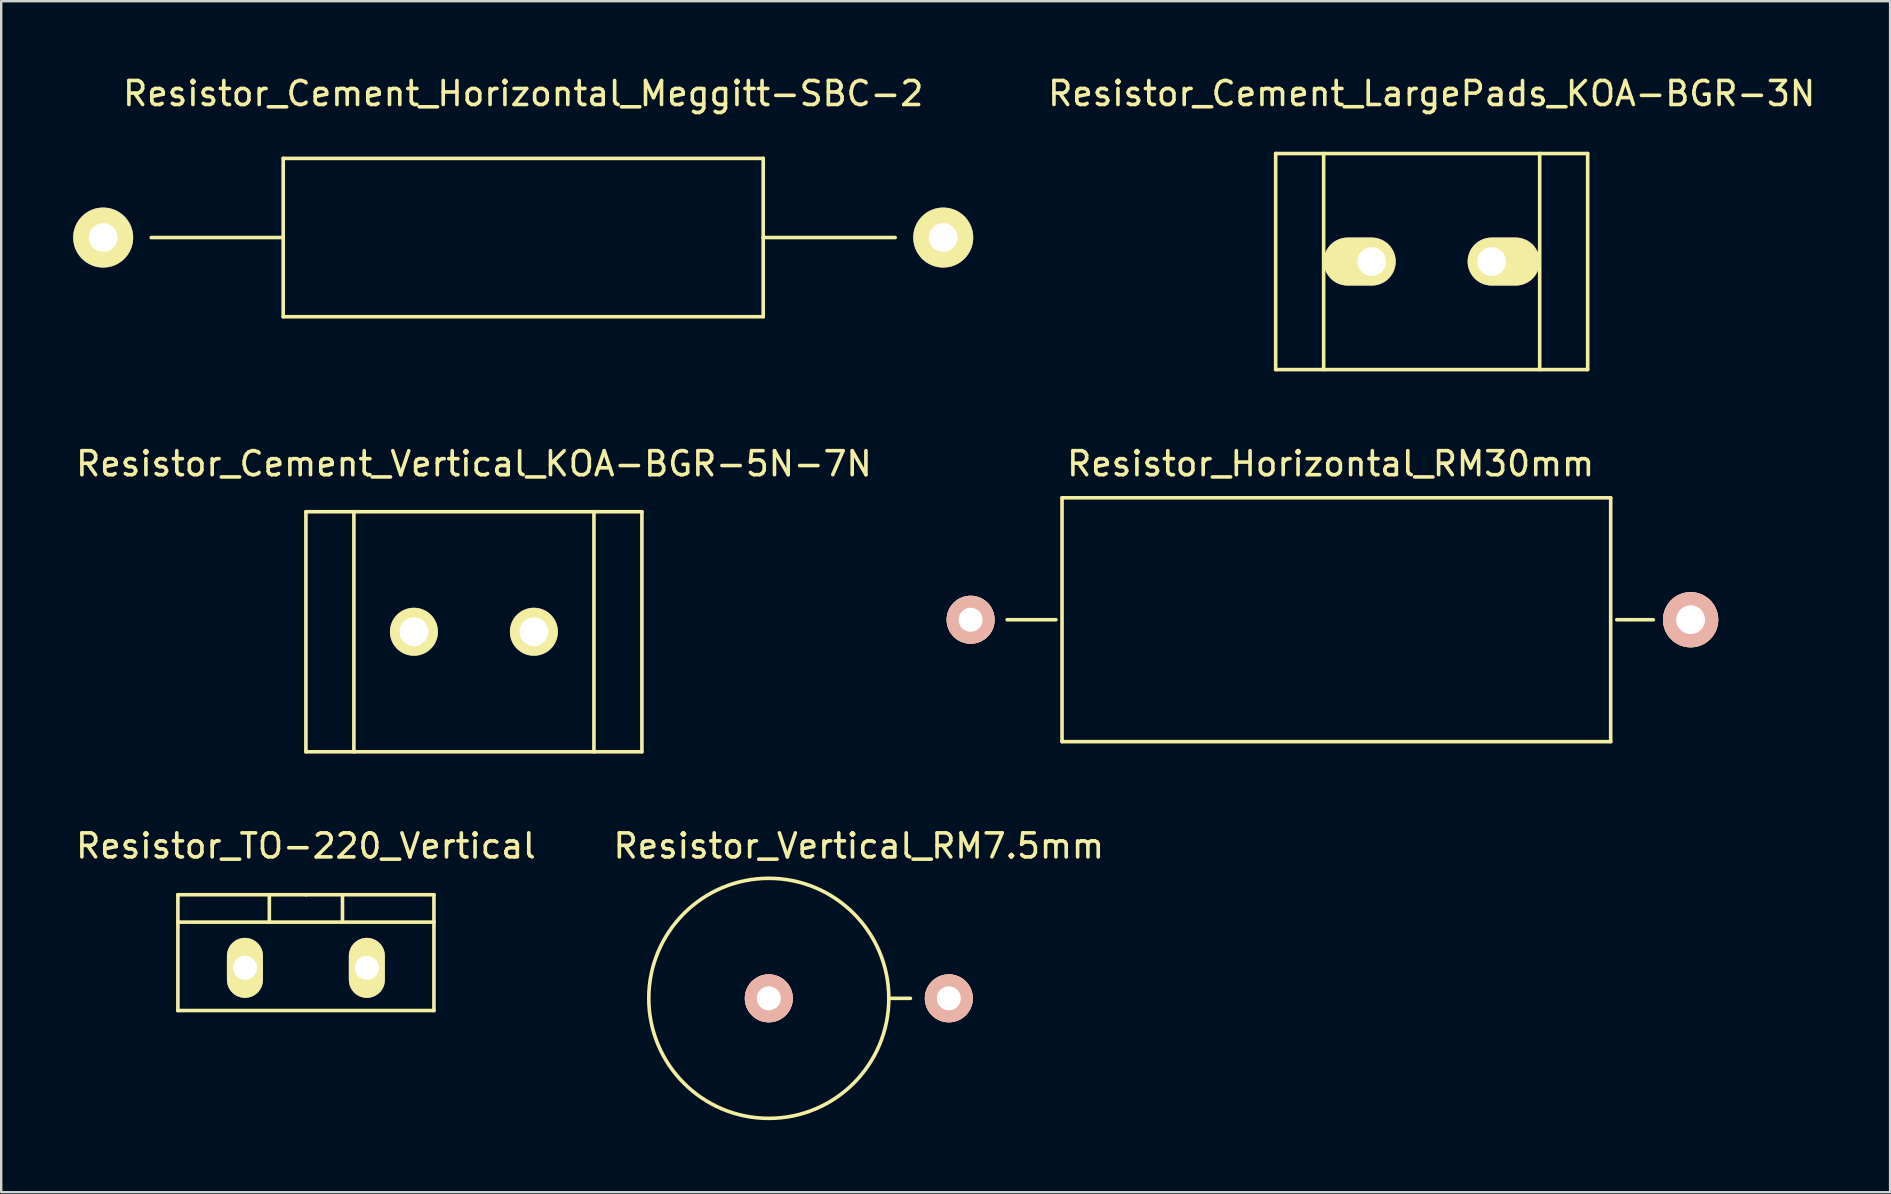
<source format=kicad_pcb>
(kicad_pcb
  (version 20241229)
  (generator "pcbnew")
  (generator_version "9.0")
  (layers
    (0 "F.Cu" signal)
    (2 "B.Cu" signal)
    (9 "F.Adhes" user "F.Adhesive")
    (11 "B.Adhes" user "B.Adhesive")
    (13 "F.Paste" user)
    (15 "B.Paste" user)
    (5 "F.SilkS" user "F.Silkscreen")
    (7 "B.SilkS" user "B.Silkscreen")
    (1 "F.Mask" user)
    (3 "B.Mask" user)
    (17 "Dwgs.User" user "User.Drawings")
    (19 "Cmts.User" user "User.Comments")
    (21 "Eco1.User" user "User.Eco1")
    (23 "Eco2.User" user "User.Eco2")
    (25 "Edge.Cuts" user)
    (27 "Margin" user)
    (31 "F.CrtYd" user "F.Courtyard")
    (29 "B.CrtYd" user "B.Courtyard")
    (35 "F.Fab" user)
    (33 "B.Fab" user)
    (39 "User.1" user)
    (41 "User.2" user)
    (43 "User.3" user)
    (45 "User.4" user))
  (footprint "Resistor_Vertical_RM7.5mm"
    (layer "F.Cu")
    (at 32.732 38.547)
    (property "Reference" "Resistor_Vertical_RM7.5mm" (at 0 -6.35 0) (layer "F.SilkS") (effects (font (size 1 1) (thickness 0.15))))
    (attr through_hole)
    (fp_line (start 1.252 0) (end 2.151 0) (stroke (width 0.15) (type solid)) (layer "F.SilkS"))
    (fp_circle (center -3.749 0) (end 1.252 0) (stroke (width 0.15) (type solid)) (fill no) (layer "F.SilkS"))
    (pad "1" thru_hole circle (at -3.749 0) (size 1.999 1.999) (drill 1.001) (layers "*.Cu" "*.SilkS" "*.Mask"))
    (pad "2" thru_hole circle (at 3.752 0) (size 1.999 1.999) (drill 1.001) (layers "*.Cu" "*.SilkS" "*.Mask")))
  (footprint "Resistor_Cement_Horizontal_Meggitt-SBC-2"
    (layer "F.Cu")
    (at 18.75 6.848)
    (property "Reference" "Resistor_Cement_Horizontal_Meggitt-SBC-2" (at 0 -5.999 0) (layer "F.SilkS") (effects (font (size 1 1) (thickness 0.15))))
    (attr through_hole)
    (fp_line (start -10 -3.299) (end -10 3.299) (stroke (width 0.15) (type solid)) (layer "F.SilkS"))
    (fp_line (start -10 0) (end -15.499 0) (stroke (width 0.15) (type solid)) (layer "F.SilkS"))
    (fp_line (start -10 3.299) (end 10 3.299) (stroke (width 0.15) (type solid)) (layer "F.SilkS"))
    (fp_line (start 10 -3.299) (end -10 -3.299) (stroke (width 0.15) (type solid)) (layer "F.SilkS"))
    (fp_line (start 10 0) (end 10 -3.299) (stroke (width 0.15) (type solid)) (layer "F.SilkS"))
    (fp_line (start 10 0) (end 15.499 0) (stroke (width 0.15) (type solid)) (layer "F.SilkS"))
    (fp_line (start 10 3.299) (end 10 0) (stroke (width 0.15) (type solid)) (layer "F.SilkS"))
    (pad "1" thru_hole circle (at -17.501 0 180) (size 2.499 2.499) (drill 1.199) (layers "*.Cu" "*.Mask" "F.SilkS"))
    (pad "2" thru_hole circle (at 17.501 0 180) (size 2.499 2.499) (drill 1.199) (layers "*.Cu" "*.Mask" "F.SilkS")))
  (footprint "Resistor_TO-220_Vertical"
    (layer "F.Cu")
    (at 9.696 37.277)
    (property "Reference" "Resistor_TO-220_Vertical" (at 0 -5.08 0) (layer "F.SilkS") (effects (font (size 1 1) (thickness 0.15))))
    (attr through_hole)
    (fp_line (start -5.334 -1.905) (end -5.334 -3.048) (stroke (width 0.15) (type solid)) (layer "F.SilkS"))
    (fp_line (start -5.334 1.778) (end -5.334 -1.905) (stroke (width 0.15) (type solid)) (layer "F.SilkS"))
    (fp_line (start -1.524 -3.048) (end -1.524 -1.905) (stroke (width 0.15) (type solid)) (layer "F.SilkS"))
    (fp_line (start 0 -3.048) (end -5.334 -3.048) (stroke (width 0.15) (type solid)) (layer "F.SilkS"))
    (fp_line (start 0 -3.048) (end 5.334 -3.048) (stroke (width 0.15) (type solid)) (layer "F.SilkS"))
    (fp_line (start 1.524 -3.048) (end 1.524 -1.905) (stroke (width 0.15) (type solid)) (layer "F.SilkS"))
    (fp_line (start 5.334 -3.048) (end 5.334 -1.905) (stroke (width 0.15) (type solid)) (layer "F.SilkS"))
    (fp_line (start 5.334 -1.905) (end -5.334 -1.905) (stroke (width 0.15) (type solid)) (layer "F.SilkS"))
    (fp_line (start 5.334 -1.905) (end 5.334 1.778) (stroke (width 0.15) (type solid)) (layer "F.SilkS"))
    (fp_line (start 5.334 1.778) (end -5.334 1.778) (stroke (width 0.15) (type solid)) (layer "F.SilkS"))
    (pad "1" thru_hole oval (at -2.54 0 90) (size 2.499 1.501) (drill 1.001) (layers "*.Cu" "*.Mask" "F.SilkS"))
    (pad "2" thru_hole oval (at 2.54 0 90) (size 2.499 1.501) (drill 1.001) (layers "*.Cu" "*.Mask" "F.SilkS")))
  (footprint "Resistor_Horizontal_RM30mm"
    (layer "F.Cu")
    (at 52.392 22.772)
    (property "Reference" "Resistor_Horizontal_RM30mm" (at 0 -6.5 0) (layer "F.SilkS") (effects (font (size 1 1) (thickness 0.15))))
    (attr through_hole)
    (fp_line (start -11.445 0) (end -13.477 0) (stroke (width 0.15) (type solid)) (layer "F.SilkS"))
    (fp_line (start -11.191 -5.08) (end 11.669 -5.08) (stroke (width 0.15) (type solid)) (layer "F.SilkS"))
    (fp_line (start -11.191 5.08) (end -11.191 -5.08) (stroke (width 0.15) (type solid)) (layer "F.SilkS"))
    (fp_line (start 11.669 -5.08) (end 11.669 5.08) (stroke (width 0.15) (type solid)) (layer "F.SilkS"))
    (fp_line (start 11.669 5.08) (end -11.191 5.08) (stroke (width 0.15) (type solid)) (layer "F.SilkS"))
    (fp_line (start 11.923 0) (end 13.447 0) (stroke (width 0.15) (type solid)) (layer "F.SilkS"))
    (pad "1" thru_hole circle (at -15 0) (size 1.999 1.999) (drill 1.001) (layers "*.Cu" "*.SilkS" "*.Mask"))
    (pad "2" thru_hole circle (at 15 0) (size 2.301 2.301) (drill 1.199) (layers "*.Cu" "*.SilkS" "*.Mask")))
  (footprint "Resistor_Cement_LargePads_KOA-BGR-3N"
    (layer "F.Cu")
    (at 56.602 7.848)
    (property "Reference" "Resistor_Cement_LargePads_KOA-BGR-3N" (at 0 -7 0) (layer "F.SilkS") (effects (font (size 1 1) (thickness 0.15))))
    (attr through_hole)
    (fp_line (start -6.5 -4.501) (end -6.5 4.501) (stroke (width 0.15) (type solid)) (layer "F.SilkS"))
    (fp_line (start -6.5 4.501) (end 6.5 4.501) (stroke (width 0.15) (type solid)) (layer "F.SilkS"))
    (fp_line (start -4.501 -4.501) (end -4.501 4.501) (stroke (width 0.15) (type solid)) (layer "F.SilkS"))
    (fp_line (start 4.501 -4.501) (end 4.501 4.501) (stroke (width 0.15) (type solid)) (layer "F.SilkS"))
    (fp_line (start 6.5 -4.501) (end -6.5 -4.501) (stroke (width 0.15) (type solid)) (layer "F.SilkS"))
    (fp_line (start 6.5 4.501) (end 6.5 -4.501) (stroke (width 0.15) (type solid)) (layer "F.SilkS"))
    (pad "1" thru_hole oval (at -2.499 0) (size 3 1.999) (drill 1.199 (offset -0.5 0)) (layers "*.Cu" "*.Mask" "F.SilkS"))
    (pad "2" thru_hole oval (at 2.499 0 180) (size 3 1.999) (drill 1.199 (offset -0.5 0)) (layers "*.Cu" "*.Mask" "F.SilkS")))
  (footprint "Resistor_Cement_Vertical_KOA-BGR-5N-7N"
    (layer "F.Cu")
    (at 16.696 23.273)
    (property "Reference" "Resistor_Cement_Vertical_KOA-BGR-5N-7N" (at 0 -7 0) (layer "F.SilkS") (effects (font (size 1 1) (thickness 0.15))))
    (attr through_hole)
    (fp_line (start -7 -5.001) (end -7 5.001) (stroke (width 0.15) (type solid)) (layer "F.SilkS"))
    (fp_line (start -7 5.001) (end 7 5.001) (stroke (width 0.15) (type solid)) (layer "F.SilkS"))
    (fp_line (start -5.001 -5.001) (end -5.001 5.001) (stroke (width 0.15) (type solid)) (layer "F.SilkS"))
    (fp_line (start 5.001 -5.001) (end 5.001 5.001) (stroke (width 0.15) (type solid)) (layer "F.SilkS"))
    (fp_line (start 7 -5.001) (end -7 -5.001) (stroke (width 0.15) (type solid)) (layer "F.SilkS"))
    (fp_line (start 7 5.001) (end 7 -5.001) (stroke (width 0.15) (type solid)) (layer "F.SilkS"))
    (pad "1" thru_hole circle (at -2.499 0) (size 1.999 1.999) (drill 1.199) (layers "*.Cu" "*.Mask" "F.SilkS"))
    (pad "2" thru_hole circle (at 2.499 0) (size 1.999 1.999) (drill 1.199) (layers "*.Cu" "*.Mask" "F.SilkS")))
  (gr_rect
    (start -3 -3)
    (end 75.703 46.624)
    (stroke (width 0.1) (type default))
    (fill no)
    (layer "Edge.Cuts")))
</source>
